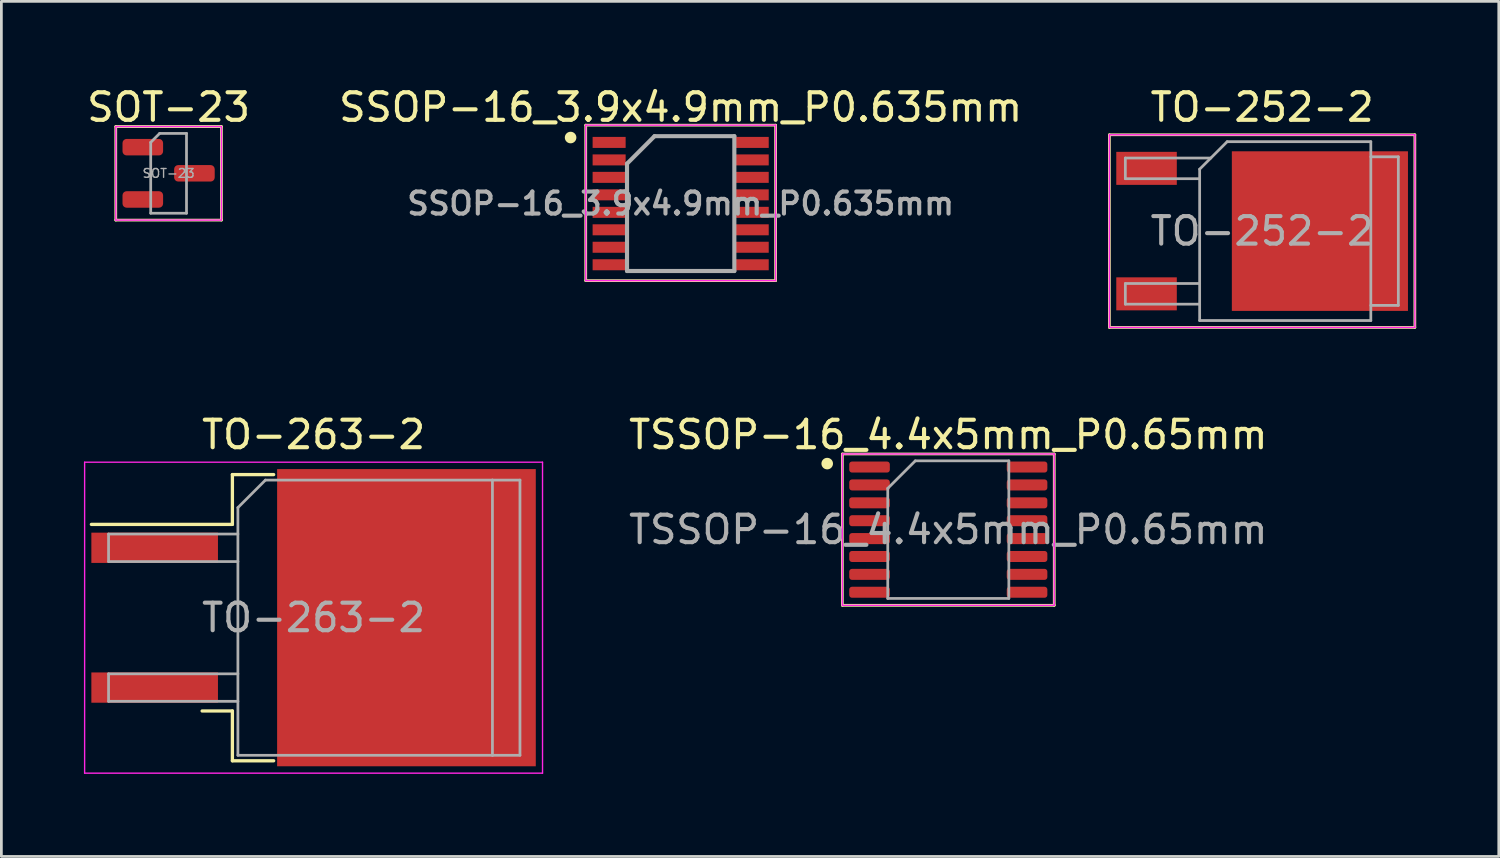
<source format=kicad_pcb>
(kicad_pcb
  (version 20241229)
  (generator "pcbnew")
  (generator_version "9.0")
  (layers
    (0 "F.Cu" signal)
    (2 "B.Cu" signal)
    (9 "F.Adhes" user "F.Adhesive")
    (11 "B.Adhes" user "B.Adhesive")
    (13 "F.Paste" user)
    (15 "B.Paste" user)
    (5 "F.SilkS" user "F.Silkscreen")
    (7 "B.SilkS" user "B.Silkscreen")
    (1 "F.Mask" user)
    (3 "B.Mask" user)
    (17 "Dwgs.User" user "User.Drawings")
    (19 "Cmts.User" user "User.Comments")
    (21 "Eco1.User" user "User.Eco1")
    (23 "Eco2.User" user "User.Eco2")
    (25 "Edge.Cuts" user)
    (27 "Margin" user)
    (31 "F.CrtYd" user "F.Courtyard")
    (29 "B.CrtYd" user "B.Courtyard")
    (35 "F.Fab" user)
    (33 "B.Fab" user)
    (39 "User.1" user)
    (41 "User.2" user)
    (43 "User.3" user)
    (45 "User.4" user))
  (footprint "TSSOP-16_4.4x5mm_P0.65mm"
    (layer "F.Cu")
    (at 31.41 16.197)
    (property "Reference" "TSSOP-16_4.4x5mm_P0.65mm" (at 0 -3.45 0) (layer "F.SilkS") (effects (font (size 1 1) (thickness 0.15))))
    (attr smd)
    (fp_line (start -3.85 -2.75) (end -3.85 2.75) (stroke (width 0.1) (type solid)) (layer "F.SilkS"))
    (fp_line (start 3.85 -2.75) (end -3.85 -2.75) (stroke (width 0.1) (type solid)) (layer "F.SilkS"))
    (fp_line (start 3.85 2.75) (end -3.85 2.75) (stroke (width 0.1) (type solid)) (layer "F.SilkS"))
    (fp_line (start 3.85 2.75) (end 3.85 -2.75) (stroke (width 0.1) (type solid)) (layer "F.SilkS"))
    (fp_circle (center -4.4 -2.4) (end -4.25 -2.4) (stroke (width 0.12) (type solid)) (fill yes) (layer "F.SilkS"))
    (fp_line (start -3.85 -2.75) (end -3.85 2.75) (stroke (width 0.05) (type solid)) (layer "F.CrtYd"))
    (fp_line (start -3.85 2.75) (end 3.85 2.75) (stroke (width 0.05) (type solid)) (layer "F.CrtYd"))
    (fp_line (start 3.85 -2.75) (end -3.85 -2.75) (stroke (width 0.05) (type solid)) (layer "F.CrtYd"))
    (fp_line (start 3.85 2.75) (end 3.85 -2.75) (stroke (width 0.05) (type solid)) (layer "F.CrtYd"))
    (fp_line (start -2.2 -1.5) (end -1.2 -2.5) (stroke (width 0.1) (type solid)) (layer "F.Fab"))
    (fp_line (start -2.2 2.5) (end -2.2 -1.5) (stroke (width 0.1) (type solid)) (layer "F.Fab"))
    (fp_line (start -1.2 -2.5) (end 2.2 -2.5) (stroke (width 0.1) (type solid)) (layer "F.Fab"))
    (fp_line (start 2.2 -2.5) (end 2.2 2.5) (stroke (width 0.1) (type solid)) (layer "F.Fab"))
    (fp_line (start 2.2 2.5) (end -2.2 2.5) (stroke (width 0.1) (type solid)) (layer "F.Fab"))
    (fp_text user "${REFERENCE}" (at 0 0 0) (layer "F.Fab") (effects (font (size 1 1) (thickness 0.15))))
    (pad "1" smd roundrect (at -2.862 -2.275) (size 1.475 0.4) (layers "F.Cu" "F.Mask" "F.Paste") (roundrect_rratio 0.25))
    (pad "2" smd roundrect (at -2.862 -1.625) (size 1.475 0.4) (layers "F.Cu" "F.Mask" "F.Paste") (roundrect_rratio 0.25))
    (pad "3" smd roundrect (at -2.862 -0.975) (size 1.475 0.4) (layers "F.Cu" "F.Mask" "F.Paste") (roundrect_rratio 0.25))
    (pad "4" smd roundrect (at -2.862 -0.325) (size 1.475 0.4) (layers "F.Cu" "F.Mask" "F.Paste") (roundrect_rratio 0.25))
    (pad "5" smd roundrect (at -2.862 0.325) (size 1.475 0.4) (layers "F.Cu" "F.Mask" "F.Paste") (roundrect_rratio 0.25))
    (pad "6" smd roundrect (at -2.862 0.975) (size 1.475 0.4) (layers "F.Cu" "F.Mask" "F.Paste") (roundrect_rratio 0.25))
    (pad "7" smd roundrect (at -2.862 1.625) (size 1.475 0.4) (layers "F.Cu" "F.Mask" "F.Paste") (roundrect_rratio 0.25))
    (pad "8" smd roundrect (at -2.862 2.275) (size 1.475 0.4) (layers "F.Cu" "F.Mask" "F.Paste") (roundrect_rratio 0.25))
    (pad "9" smd roundrect (at 2.862 2.275) (size 1.475 0.4) (layers "F.Cu" "F.Mask" "F.Paste") (roundrect_rratio 0.25))
    (pad "10" smd roundrect (at 2.862 1.625) (size 1.475 0.4) (layers "F.Cu" "F.Mask" "F.Paste") (roundrect_rratio 0.25))
    (pad "11" smd roundrect (at 2.862 0.975) (size 1.475 0.4) (layers "F.Cu" "F.Mask" "F.Paste") (roundrect_rratio 0.25))
    (pad "12" smd roundrect (at 2.862 0.325) (size 1.475 0.4) (layers "F.Cu" "F.Mask" "F.Paste") (roundrect_rratio 0.25))
    (pad "13" smd roundrect (at 2.862 -0.325) (size 1.475 0.4) (layers "F.Cu" "F.Mask" "F.Paste") (roundrect_rratio 0.25))
    (pad "14" smd roundrect (at 2.862 -0.975) (size 1.475 0.4) (layers "F.Cu" "F.Mask" "F.Paste") (roundrect_rratio 0.25))
    (pad "15" smd roundrect (at 2.862 -1.625) (size 1.475 0.4) (layers "F.Cu" "F.Mask" "F.Paste") (roundrect_rratio 0.25))
    (pad "16" smd roundrect (at 2.862 -2.275) (size 1.475 0.4) (layers "F.Cu" "F.Mask" "F.Paste") (roundrect_rratio 0.25)))
  (footprint "TO-263-2"
    (layer "F.Cu")
    (at 8.345 19.396)
    (property "Reference" "TO-263-2" (at 0 -6.65 0) (layer "F.SilkS") (effects (font (size 1 1) (thickness 0.15))))
    (attr smd)
    (fp_line (start -2.95 -5.2) (end -2.95 -3.39) (stroke (width 0.12) (type solid)) (layer "F.SilkS"))
    (fp_line (start -2.95 -3.39) (end -8.075 -3.39) (stroke (width 0.12) (type solid)) (layer "F.SilkS"))
    (fp_line (start -2.95 3.39) (end -4.05 3.39) (stroke (width 0.12) (type solid)) (layer "F.SilkS"))
    (fp_line (start -2.95 5.2) (end -2.95 3.39) (stroke (width 0.12) (type solid)) (layer "F.SilkS"))
    (fp_line (start -1.45 -5.2) (end -2.95 -5.2) (stroke (width 0.12) (type solid)) (layer "F.SilkS"))
    (fp_line (start -1.45 5.2) (end -2.95 5.2) (stroke (width 0.12) (type solid)) (layer "F.SilkS"))
    (fp_line (start -8.32 -5.65) (end -8.32 5.65) (stroke (width 0.05) (type solid)) (layer "F.CrtYd"))
    (fp_line (start -8.32 5.65) (end 8.32 5.65) (stroke (width 0.05) (type solid)) (layer "F.CrtYd"))
    (fp_line (start 8.32 -5.65) (end -8.32 -5.65) (stroke (width 0.05) (type solid)) (layer "F.CrtYd"))
    (fp_line (start 8.32 5.65) (end 8.32 -5.65) (stroke (width 0.05) (type solid)) (layer "F.CrtYd"))
    (fp_line (start -7.45 -3.04) (end -7.45 -2.04) (stroke (width 0.1) (type solid)) (layer "F.Fab"))
    (fp_line (start -7.45 -2.04) (end -2.75 -2.04) (stroke (width 0.1) (type solid)) (layer "F.Fab"))
    (fp_line (start -7.45 2.04) (end -7.45 3.04) (stroke (width 0.1) (type solid)) (layer "F.Fab"))
    (fp_line (start -7.45 3.04) (end -2.75 3.04) (stroke (width 0.1) (type solid)) (layer "F.Fab"))
    (fp_line (start -2.75 -4) (end -1.75 -5) (stroke (width 0.1) (type solid)) (layer "F.Fab"))
    (fp_line (start -2.75 -3.04) (end -7.45 -3.04) (stroke (width 0.1) (type solid)) (layer "F.Fab"))
    (fp_line (start -2.75 2.04) (end -7.45 2.04) (stroke (width 0.1) (type solid)) (layer "F.Fab"))
    (fp_line (start -2.75 5) (end -2.75 -4) (stroke (width 0.1) (type solid)) (layer "F.Fab"))
    (fp_line (start -1.75 -5) (end 6.5 -5) (stroke (width 0.1) (type solid)) (layer "F.Fab"))
    (fp_line (start 6.5 -5) (end 6.5 5) (stroke (width 0.1) (type solid)) (layer "F.Fab"))
    (fp_line (start 6.5 -5) (end 7.5 -5) (stroke (width 0.1) (type solid)) (layer "F.Fab"))
    (fp_line (start 6.5 5) (end -2.75 5) (stroke (width 0.1) (type solid)) (layer "F.Fab"))
    (fp_line (start 7.5 -5) (end 7.5 5) (stroke (width 0.1) (type solid)) (layer "F.Fab"))
    (fp_line (start 7.5 5) (end 6.5 5) (stroke (width 0.1) (type solid)) (layer "F.Fab"))
    (fp_text user "${REFERENCE}" (at 0 0 0) (layer "F.Fab") (effects (font (size 1 1) (thickness 0.15))))
    (pad "" smd rect (at 0.95 -2.775) (size 4.55 5.25) (layers "F.Paste"))
    (pad "" smd rect (at 0.95 2.775) (size 4.55 5.25) (layers "F.Paste"))
    (pad "" smd rect (at 5.8 -2.775) (size 4.55 5.25) (layers "F.Paste"))
    (pad "" smd rect (at 5.8 2.775) (size 4.55 5.25) (layers "F.Paste"))
    (pad "1" smd rect (at -5.775 -2.54) (size 4.6 1.1) (layers "F.Cu" "F.Mask" "F.Paste"))
    (pad "1" smd rect (at -5.775 2.54) (size 4.6 1.1) (layers "F.Cu" "F.Mask" "F.Paste"))
    (pad "2" smd rect (at 3.375 0) (size 9.4 10.8) (layers "F.Cu" "F.Mask")))
  (footprint "SSOP-16_3.9x4.9mm_P0.635mm"
    (layer "F.Cu")
    (at 21.685 4.348)
    (property "Reference" "SSOP-16_3.9x4.9mm_P0.635mm" (at 0 -3.5 0) (layer "F.SilkS") (effects (font (size 1 1) (thickness 0.15))))
    (attr smd)
    (fp_line (start -3.45 -2.85) (end -3.45 2.8) (stroke (width 0.1) (type solid)) (layer "F.SilkS"))
    (fp_line (start -3.45 -2.85) (end 3.45 -2.85) (stroke (width 0.1) (type solid)) (layer "F.SilkS"))
    (fp_line (start -3.45 2.8) (end 3.45 2.8) (stroke (width 0.1) (type solid)) (layer "F.SilkS"))
    (fp_line (start 3.45 -2.85) (end 3.45 2.8) (stroke (width 0.1) (type solid)) (layer "F.SilkS"))
    (fp_circle (center -4 -2.4) (end -3.85 -2.4) (stroke (width 0.12) (type solid)) (fill yes) (layer "F.SilkS"))
    (fp_line (start -3.45 -2.85) (end -3.45 2.8) (stroke (width 0.05) (type solid)) (layer "F.CrtYd"))
    (fp_line (start -3.45 -2.85) (end 3.45 -2.85) (stroke (width 0.05) (type solid)) (layer "F.CrtYd"))
    (fp_line (start -3.45 2.8) (end 3.45 2.8) (stroke (width 0.05) (type solid)) (layer "F.CrtYd"))
    (fp_line (start 3.45 -2.85) (end 3.45 2.8) (stroke (width 0.05) (type solid)) (layer "F.CrtYd"))
    (fp_line (start -1.95 -1.45) (end -0.95 -2.45) (stroke (width 0.15) (type solid)) (layer "F.Fab"))
    (fp_line (start -1.95 2.45) (end -1.95 -1.45) (stroke (width 0.15) (type solid)) (layer "F.Fab"))
    (fp_line (start -0.95 -2.45) (end 1.95 -2.45) (stroke (width 0.15) (type solid)) (layer "F.Fab"))
    (fp_line (start 1.95 -2.45) (end 1.95 2.45) (stroke (width 0.15) (type solid)) (layer "F.Fab"))
    (fp_line (start 1.95 2.45) (end -1.95 2.45) (stroke (width 0.15) (type solid)) (layer "F.Fab"))
    (fp_text user "${REFERENCE}" (at 0 0 0) (layer "F.Fab") (effects (font (size 0.8 0.8) (thickness 0.15))))
    (pad "1" smd rect (at -2.6 -2.223) (size 1.2 0.4) (layers "F.Cu" "F.Mask" "F.Paste"))
    (pad "2" smd rect (at -2.6 -1.587) (size 1.2 0.4) (layers "F.Cu" "F.Mask" "F.Paste"))
    (pad "3" smd rect (at -2.6 -0.953) (size 1.2 0.4) (layers "F.Cu" "F.Mask" "F.Paste"))
    (pad "4" smd rect (at -2.6 -0.318) (size 1.2 0.4) (layers "F.Cu" "F.Mask" "F.Paste"))
    (pad "5" smd rect (at -2.6 0.318) (size 1.2 0.4) (layers "F.Cu" "F.Mask" "F.Paste"))
    (pad "6" smd rect (at -2.6 0.953) (size 1.2 0.4) (layers "F.Cu" "F.Mask" "F.Paste"))
    (pad "7" smd rect (at -2.6 1.587) (size 1.2 0.4) (layers "F.Cu" "F.Mask" "F.Paste"))
    (pad "8" smd rect (at -2.6 2.223) (size 1.2 0.4) (layers "F.Cu" "F.Mask" "F.Paste"))
    (pad "9" smd rect (at 2.6 2.223) (size 1.2 0.4) (layers "F.Cu" "F.Mask" "F.Paste"))
    (pad "10" smd rect (at 2.6 1.587) (size 1.2 0.4) (layers "F.Cu" "F.Mask" "F.Paste"))
    (pad "11" smd rect (at 2.6 0.953) (size 1.2 0.4) (layers "F.Cu" "F.Mask" "F.Paste"))
    (pad "12" smd rect (at 2.6 0.318) (size 1.2 0.4) (layers "F.Cu" "F.Mask" "F.Paste"))
    (pad "13" smd rect (at 2.6 -0.318) (size 1.2 0.4) (layers "F.Cu" "F.Mask" "F.Paste"))
    (pad "14" smd rect (at 2.6 -0.953) (size 1.2 0.4) (layers "F.Cu" "F.Mask" "F.Paste"))
    (pad "15" smd rect (at 2.6 -1.587) (size 1.2 0.4) (layers "F.Cu" "F.Mask" "F.Paste"))
    (pad "16" smd rect (at 2.6 -2.223) (size 1.2 0.4) (layers "F.Cu" "F.Mask" "F.Paste")))
  (footprint "TO-252-2"
    (layer "F.Cu")
    (at 42.814 5.348)
    (property "Reference" "TO-252-2" (at 0 -4.5 0) (layer "F.SilkS") (effects (font (size 1 1) (thickness 0.15))))
    (attr smd)
    (fp_line (start -5.55 -3.5) (end -5.55 3.5) (stroke (width 0.1) (type solid)) (layer "F.SilkS"))
    (fp_line (start 5.55 -3.5) (end -5.55 -3.5) (stroke (width 0.1) (type solid)) (layer "F.SilkS"))
    (fp_line (start 5.55 3.5) (end -5.55 3.5) (stroke (width 0.1) (type solid)) (layer "F.SilkS"))
    (fp_line (start 5.55 3.5) (end 5.55 -3.5) (stroke (width 0.1) (type solid)) (layer "F.SilkS"))
    (fp_line (start -5.55 -3.5) (end -5.55 3.5) (stroke (width 0.05) (type solid)) (layer "F.CrtYd"))
    (fp_line (start -5.55 3.5) (end 5.55 3.5) (stroke (width 0.05) (type solid)) (layer "F.CrtYd"))
    (fp_line (start 5.55 -3.5) (end -5.55 -3.5) (stroke (width 0.05) (type solid)) (layer "F.CrtYd"))
    (fp_line (start 5.55 3.5) (end 5.55 -3.5) (stroke (width 0.05) (type solid)) (layer "F.CrtYd"))
    (fp_line (start -4.97 -2.655) (end -4.97 -1.905) (stroke (width 0.1) (type solid)) (layer "F.Fab"))
    (fp_line (start -4.97 -1.905) (end -2.27 -1.905) (stroke (width 0.1) (type solid)) (layer "F.Fab"))
    (fp_line (start -4.97 1.905) (end -4.97 2.655) (stroke (width 0.1) (type solid)) (layer "F.Fab"))
    (fp_line (start -4.97 2.655) (end -2.27 2.655) (stroke (width 0.1) (type solid)) (layer "F.Fab"))
    (fp_line (start -2.27 -2.25) (end -1.27 -3.25) (stroke (width 0.1) (type solid)) (layer "F.Fab"))
    (fp_line (start -2.27 1.905) (end -4.97 1.905) (stroke (width 0.1) (type solid)) (layer "F.Fab"))
    (fp_line (start -2.27 3.25) (end -2.27 -2.25) (stroke (width 0.1) (type solid)) (layer "F.Fab"))
    (fp_line (start -1.865 -2.655) (end -4.97 -2.655) (stroke (width 0.1) (type solid)) (layer "F.Fab"))
    (fp_line (start -1.27 -3.25) (end 3.95 -3.25) (stroke (width 0.1) (type solid)) (layer "F.Fab"))
    (fp_line (start 3.95 -3.25) (end 3.95 3.25) (stroke (width 0.1) (type solid)) (layer "F.Fab"))
    (fp_line (start 3.95 -2.7) (end 4.95 -2.7) (stroke (width 0.1) (type solid)) (layer "F.Fab"))
    (fp_line (start 3.95 3.25) (end -2.27 3.25) (stroke (width 0.1) (type solid)) (layer "F.Fab"))
    (fp_line (start 4.95 -2.7) (end 4.95 2.7) (stroke (width 0.1) (type solid)) (layer "F.Fab"))
    (fp_line (start 4.95 2.7) (end 3.95 2.7) (stroke (width 0.1) (type solid)) (layer "F.Fab"))
    (fp_text user "${REFERENCE}" (at 0 0 0) (layer "F.Fab") (effects (font (size 1 1) (thickness 0.15))))
    (pad "" smd rect (at 0.425 -1.525) (size 3.05 2.75) (layers "F.Paste"))
    (pad "" smd rect (at 0.425 1.525) (size 3.05 2.75) (layers "F.Paste"))
    (pad "" smd rect (at 3.775 -1.525) (size 3.05 2.75) (layers "F.Paste"))
    (pad "" smd rect (at 3.775 1.525) (size 3.05 2.75) (layers "F.Paste"))
    (pad "1" smd rect (at -4.2 -2.28) (size 2.2 1.2) (layers "F.Cu" "F.Mask" "F.Paste"))
    (pad "2" smd rect (at 2.1 0) (size 6.4 5.8) (layers "F.Cu" "F.Mask"))
    (pad "3" smd rect (at -4.2 2.28) (size 2.2 1.2) (layers "F.Cu" "F.Mask" "F.Paste")))
  (footprint "SOT-23"
    (layer "F.Cu")
    (at 3.077 3.248)
    (property "Reference" "SOT-23" (at 0 -2.4 0) (layer "F.SilkS") (effects (font (size 1 1) (thickness 0.15))))
    (attr smd)
    (fp_line (start -1.92 -1.7) (end -1.92 1.7) (stroke (width 0.1) (type solid)) (layer "F.SilkS"))
    (fp_line (start -1.92 1.7) (end 1.92 1.7) (stroke (width 0.1) (type solid)) (layer "F.SilkS"))
    (fp_line (start 1.92 -1.7) (end -1.92 -1.7) (stroke (width 0.1) (type solid)) (layer "F.SilkS"))
    (fp_line (start 1.92 1.7) (end 1.92 -1.7) (stroke (width 0.1) (type solid)) (layer "F.SilkS"))
    (fp_line (start -1.92 -1.7) (end -1.92 1.7) (stroke (width 0.05) (type solid)) (layer "F.CrtYd"))
    (fp_line (start -1.92 1.7) (end 1.92 1.7) (stroke (width 0.05) (type solid)) (layer "F.CrtYd"))
    (fp_line (start 1.92 -1.7) (end -1.92 -1.7) (stroke (width 0.05) (type solid)) (layer "F.CrtYd"))
    (fp_line (start 1.92 1.7) (end 1.92 -1.7) (stroke (width 0.05) (type solid)) (layer "F.CrtYd"))
    (fp_line (start -0.65 -1.125) (end -0.325 -1.45) (stroke (width 0.1) (type solid)) (layer "F.Fab"))
    (fp_line (start -0.65 1.45) (end -0.65 -1.125) (stroke (width 0.1) (type solid)) (layer "F.Fab"))
    (fp_line (start -0.325 -1.45) (end 0.65 -1.45) (stroke (width 0.1) (type solid)) (layer "F.Fab"))
    (fp_line (start 0.65 -1.45) (end 0.65 1.45) (stroke (width 0.1) (type solid)) (layer "F.Fab"))
    (fp_line (start 0.65 1.45) (end -0.65 1.45) (stroke (width 0.1) (type solid)) (layer "F.Fab"))
    (fp_text user "${REFERENCE}" (at 0 0 0) (layer "F.Fab") (effects (font (size 0.32 0.32) (thickness 0.05))))
    (pad "1" smd roundrect (at -0.938 -0.95) (size 1.475 0.6) (layers "F.Cu" "F.Mask" "F.Paste") (roundrect_rratio 0.25))
    (pad "2" smd roundrect (at -0.938 0.95) (size 1.475 0.6) (layers "F.Cu" "F.Mask" "F.Paste") (roundrect_rratio 0.25))
    (pad "3" smd roundrect (at 0.938 0) (size 1.475 0.6) (layers "F.Cu" "F.Mask" "F.Paste") (roundrect_rratio 0.25)))
  (gr_rect
    (start -3 -3)
    (end 51.414 28.072)
    (stroke (width 0.1) (type default))
    (fill no)
    (layer "Edge.Cuts")))
</source>
